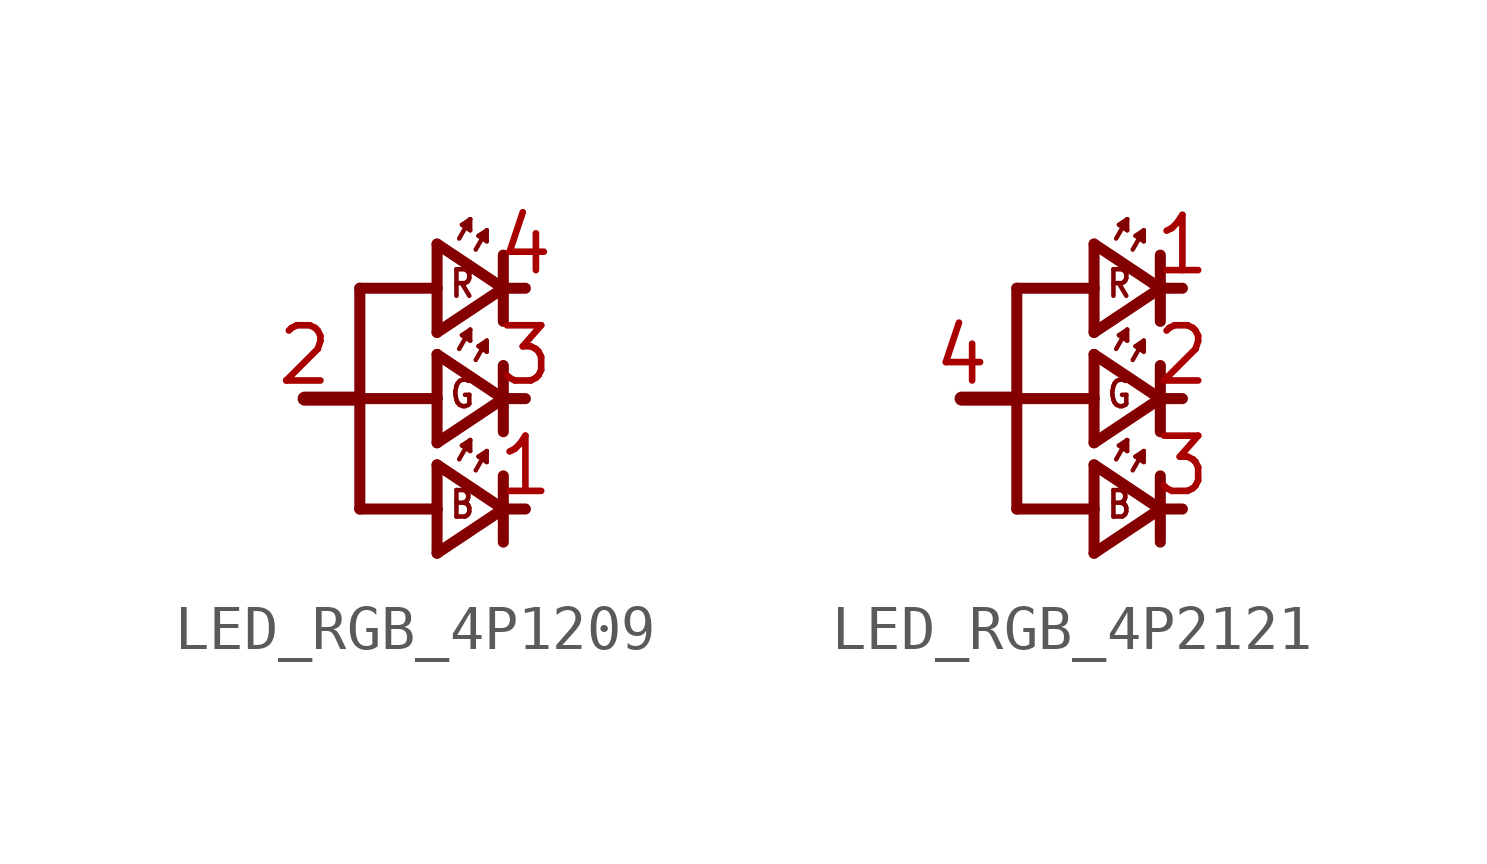
<source format=kicad_sym>
(kicad_symbol_lib
  (version 20220914)
  (generator kicad_symbol_editor)
  (symbol "LED_RGB_4P1209"
    (property "Reference" "RGB"
      (at 0 0 0)
      (effects (font (size 1.27 1.27)) hide))
    (property "ki_locked" ""
      (at 0 0 0)
      (effects (font (size 1.27 1.27))))
    (symbol "LED_RGB_4P1209_1_0"
      (polyline (pts (xy -3.81 -2.54) (xy -3.81 0)) (stroke (width 0.254) (type solid)) (fill (type none)))
      (polyline (pts (xy -3.81 0) (xy -5.08 0)) (stroke (width 0.323) (type solid)) (fill (type none)))
      (polyline (pts (xy -3.81 2.54) (xy -3.81 0)) (stroke (width 0.254) (type solid)) (fill (type none)))
      (polyline (pts (xy -2.032 -3.556) (xy -2.032 -2.54)) (stroke (width 0.254) (type solid)) (fill (type none)))
      (polyline (pts (xy -2.032 -2.54) (xy -3.81 -2.54)) (stroke (width 0.254) (type solid)) (fill (type none)))
      (polyline (pts (xy -2.032 -2.54) (xy -2.032 -1.524)) (stroke (width 0.254) (type solid)) (fill (type none)))
      (polyline (pts (xy -2.032 -1.524) (xy -0.508 -2.54)) (stroke (width 0.254) (type solid)) (fill (type none)))
      (polyline (pts (xy -2.032 -1.016) (xy -2.032 0)) (stroke (width 0.254) (type solid)) (fill (type none)))
      (polyline (pts (xy -2.032 0) (xy -3.81 0)) (stroke (width 0.254) (type solid)) (fill (type none)))
      (polyline (pts (xy -2.032 0) (xy -2.032 1.016)) (stroke (width 0.254) (type solid)) (fill (type none)))
      (polyline (pts (xy -2.032 1.016) (xy -0.508 0)) (stroke (width 0.254) (type solid)) (fill (type none)))
      (polyline (pts (xy -2.032 1.524) (xy -2.032 2.54)) (stroke (width 0.254) (type solid)) (fill (type none)))
      (polyline (pts (xy -2.032 2.54) (xy -3.81 2.54)) (stroke (width 0.254) (type solid)) (fill (type none)))
      (polyline (pts (xy -2.032 2.54) (xy -2.032 3.556)) (stroke (width 0.254) (type solid)) (fill (type none)))
      (polyline (pts (xy -2.032 3.556) (xy -0.508 2.54)) (stroke (width 0.254) (type solid)) (fill (type none)))
      (polyline (pts (xy -1.524 -1.397) (xy -1.27 -0.953)) (stroke (width 0.102) (type solid)) (fill (type none)))
      (polyline (pts (xy -1.524 1.143) (xy -1.27 1.587)) (stroke (width 0.102) (type solid)) (fill (type none)))
      (polyline (pts (xy -1.524 3.683) (xy -1.27 4.128)) (stroke (width 0.102) (type solid)) (fill (type none)))
      (polyline (pts (xy -1.46 -1.079) (xy -1.27 -1.206)) (stroke (width 0.102) (type solid)) (fill (type none)))
      (polyline (pts (xy -1.46 1.46) (xy -1.27 1.333)) (stroke (width 0.102) (type solid)) (fill (type none)))
      (polyline (pts (xy -1.46 4) (xy -1.27 3.873)) (stroke (width 0.102) (type solid)) (fill (type none)))
      (polyline (pts (xy -1.27 -1.206) (xy -1.27 -0.953)) (stroke (width 0.102) (type solid)) (fill (type none)))
      (polyline (pts (xy -1.27 -0.953) (xy -1.46 -1.079)) (stroke (width 0.102) (type solid)) (fill (type none)))
      (polyline (pts (xy -1.27 1.333) (xy -1.27 1.587)) (stroke (width 0.102) (type solid)) (fill (type none)))
      (polyline (pts (xy -1.27 1.587) (xy -1.46 1.46)) (stroke (width 0.102) (type solid)) (fill (type none)))
      (polyline (pts (xy -1.27 3.873) (xy -1.27 4.128)) (stroke (width 0.102) (type solid)) (fill (type none)))
      (polyline (pts (xy -1.27 4.128) (xy -1.46 4)) (stroke (width 0.102) (type solid)) (fill (type none)))
      (polyline (pts (xy -1.143 -1.651) (xy -0.889 -1.206)) (stroke (width 0.102) (type solid)) (fill (type none)))
      (polyline (pts (xy -1.143 0.889) (xy -0.889 1.333)) (stroke (width 0.102) (type solid)) (fill (type none)))
      (polyline (pts (xy -1.143 3.429) (xy -0.889 3.873)) (stroke (width 0.102) (type solid)) (fill (type none)))
      (polyline (pts (xy -1.079 -1.333) (xy -0.889 -1.46)) (stroke (width 0.102) (type solid)) (fill (type none)))
      (polyline (pts (xy -1.079 1.206) (xy -0.889 1.079)) (stroke (width 0.102) (type solid)) (fill (type none)))
      (polyline (pts (xy -1.079 3.747) (xy -0.889 3.619)) (stroke (width 0.102) (type solid)) (fill (type none)))
      (polyline (pts (xy -0.889 -1.46) (xy -0.889 -1.206)) (stroke (width 0.102) (type solid)) (fill (type none)))
      (polyline (pts (xy -0.889 -1.206) (xy -1.079 -1.333)) (stroke (width 0.102) (type solid)) (fill (type none)))
      (polyline (pts (xy -0.889 1.079) (xy -0.889 1.333)) (stroke (width 0.102) (type solid)) (fill (type none)))
      (polyline (pts (xy -0.889 1.333) (xy -1.079 1.206)) (stroke (width 0.102) (type solid)) (fill (type none)))
      (polyline (pts (xy -0.889 3.619) (xy -0.889 3.873)) (stroke (width 0.102) (type solid)) (fill (type none)))
      (polyline (pts (xy -0.889 3.873) (xy -1.079 3.747)) (stroke (width 0.102) (type solid)) (fill (type none)))
      (polyline (pts (xy -0.508 -2.54) (xy -2.032 -3.556)) (stroke (width 0.254) (type solid)) (fill (type none)))
      (polyline (pts (xy -0.508 -2.54) (xy -0.508 -3.302)) (stroke (width 0.254) (type solid)) (fill (type none)))
      (polyline (pts (xy -0.508 -2.54) (xy 0 -2.54)) (stroke (width 0.254) (type solid)) (fill (type none)))
      (polyline (pts (xy -0.508 -1.778) (xy -0.508 -2.54)) (stroke (width 0.254) (type solid)) (fill (type none)))
      (polyline (pts (xy -0.508 0) (xy -2.032 -1.016)) (stroke (width 0.254) (type solid)) (fill (type none)))
      (polyline (pts (xy -0.508 0) (xy -0.508 -0.762)) (stroke (width 0.254) (type solid)) (fill (type none)))
      (polyline (pts (xy -0.508 0) (xy 0 0)) (stroke (width 0.254) (type solid)) (fill (type none)))
      (polyline (pts (xy -0.508 0.762) (xy -0.508 0)) (stroke (width 0.254) (type solid)) (fill (type none)))
      (polyline (pts (xy -0.508 2.54) (xy -2.032 1.524)) (stroke (width 0.254) (type solid)) (fill (type none)))
      (polyline (pts (xy -0.508 2.54) (xy -0.508 1.778)) (stroke (width 0.254) (type solid)) (fill (type none)))
      (polyline (pts (xy -0.508 2.54) (xy 0 2.54)) (stroke (width 0.254) (type solid)) (fill (type none)))
      (polyline (pts (xy -0.508 3.302) (xy -0.508 2.54)) (stroke (width 0.254) (type solid)) (fill (type none)))
      (text "B" (at -1.778 -2.794 0) (effects (font (size 0.61 0.518) (thickness 0.104) bold) (justify left bottom)))
      (text "G" (at -1.778 -0.254 0) (effects (font (size 0.61 0.518) (thickness 0.104) bold) (justify left bottom)))
      (text "R" (at -1.778 2.286 0) (effects (font (size 0.61 0.518) (thickness 0.104) bold) (justify left bottom)))
      (pin bidirectional line (at 0 -2.54 180) (length 0) (name "BC" (effects (font (size 0 0)))) (number "1" (effects (font (size 1.27 1.27)))))
      (pin bidirectional line (at -5.08 0 0) (length 0) (name "A" (effects (font (size 0 0)))) (number "2" (effects (font (size 1.27 1.27)))))
      (pin bidirectional line (at 0 0 180) (length 0) (name "GC" (effects (font (size 0 0)))) (number "3" (effects (font (size 1.27 1.27)))))
      (pin bidirectional line (at 0 2.54 180) (length 0) (name "RC" (effects (font (size 0 0)))) (number "4" (effects (font (size 1.27 1.27)))))))
  (symbol "LED_RGB_4P2121"
    (property "Reference" "RGB"
      (at 0 0 0)
      (effects (font (size 1.27 1.27)) hide))
    (property "ki_locked" ""
      (at 0 0 0)
      (effects (font (size 1.27 1.27))))
    (symbol "LED_RGB_4P2121_1_0"
      (polyline (pts (xy -3.81 -2.54) (xy -3.81 0)) (stroke (width 0.254) (type solid)) (fill (type none)))
      (polyline (pts (xy -3.81 0) (xy -5.08 0)) (stroke (width 0.323) (type solid)) (fill (type none)))
      (polyline (pts (xy -3.81 2.54) (xy -3.81 0)) (stroke (width 0.254) (type solid)) (fill (type none)))
      (polyline (pts (xy -2.032 -3.556) (xy -2.032 -2.54)) (stroke (width 0.254) (type solid)) (fill (type none)))
      (polyline (pts (xy -2.032 -2.54) (xy -3.81 -2.54)) (stroke (width 0.254) (type solid)) (fill (type none)))
      (polyline (pts (xy -2.032 -2.54) (xy -2.032 -1.524)) (stroke (width 0.254) (type solid)) (fill (type none)))
      (polyline (pts (xy -2.032 -1.524) (xy -0.508 -2.54)) (stroke (width 0.254) (type solid)) (fill (type none)))
      (polyline (pts (xy -2.032 -1.016) (xy -2.032 0)) (stroke (width 0.254) (type solid)) (fill (type none)))
      (polyline (pts (xy -2.032 0) (xy -3.81 0)) (stroke (width 0.254) (type solid)) (fill (type none)))
      (polyline (pts (xy -2.032 0) (xy -2.032 1.016)) (stroke (width 0.254) (type solid)) (fill (type none)))
      (polyline (pts (xy -2.032 1.016) (xy -0.508 0)) (stroke (width 0.254) (type solid)) (fill (type none)))
      (polyline (pts (xy -2.032 1.524) (xy -2.032 2.54)) (stroke (width 0.254) (type solid)) (fill (type none)))
      (polyline (pts (xy -2.032 2.54) (xy -3.81 2.54)) (stroke (width 0.254) (type solid)) (fill (type none)))
      (polyline (pts (xy -2.032 2.54) (xy -2.032 3.556)) (stroke (width 0.254) (type solid)) (fill (type none)))
      (polyline (pts (xy -2.032 3.556) (xy -0.508 2.54)) (stroke (width 0.254) (type solid)) (fill (type none)))
      (polyline (pts (xy -1.524 -1.397) (xy -1.27 -0.953)) (stroke (width 0.102) (type solid)) (fill (type none)))
      (polyline (pts (xy -1.524 1.143) (xy -1.27 1.587)) (stroke (width 0.102) (type solid)) (fill (type none)))
      (polyline (pts (xy -1.524 3.683) (xy -1.27 4.128)) (stroke (width 0.102) (type solid)) (fill (type none)))
      (polyline (pts (xy -1.46 -1.079) (xy -1.27 -1.206)) (stroke (width 0.102) (type solid)) (fill (type none)))
      (polyline (pts (xy -1.46 1.46) (xy -1.27 1.333)) (stroke (width 0.102) (type solid)) (fill (type none)))
      (polyline (pts (xy -1.46 4) (xy -1.27 3.873)) (stroke (width 0.102) (type solid)) (fill (type none)))
      (polyline (pts (xy -1.27 -1.206) (xy -1.27 -0.953)) (stroke (width 0.102) (type solid)) (fill (type none)))
      (polyline (pts (xy -1.27 -0.953) (xy -1.46 -1.079)) (stroke (width 0.102) (type solid)) (fill (type none)))
      (polyline (pts (xy -1.27 1.333) (xy -1.27 1.587)) (stroke (width 0.102) (type solid)) (fill (type none)))
      (polyline (pts (xy -1.27 1.587) (xy -1.46 1.46)) (stroke (width 0.102) (type solid)) (fill (type none)))
      (polyline (pts (xy -1.27 3.873) (xy -1.27 4.128)) (stroke (width 0.102) (type solid)) (fill (type none)))
      (polyline (pts (xy -1.27 4.128) (xy -1.46 4)) (stroke (width 0.102) (type solid)) (fill (type none)))
      (polyline (pts (xy -1.143 -1.651) (xy -0.889 -1.206)) (stroke (width 0.102) (type solid)) (fill (type none)))
      (polyline (pts (xy -1.143 0.889) (xy -0.889 1.333)) (stroke (width 0.102) (type solid)) (fill (type none)))
      (polyline (pts (xy -1.143 3.429) (xy -0.889 3.873)) (stroke (width 0.102) (type solid)) (fill (type none)))
      (polyline (pts (xy -1.079 -1.333) (xy -0.889 -1.46)) (stroke (width 0.102) (type solid)) (fill (type none)))
      (polyline (pts (xy -1.079 1.206) (xy -0.889 1.079)) (stroke (width 0.102) (type solid)) (fill (type none)))
      (polyline (pts (xy -1.079 3.747) (xy -0.889 3.619)) (stroke (width 0.102) (type solid)) (fill (type none)))
      (polyline (pts (xy -0.889 -1.46) (xy -0.889 -1.206)) (stroke (width 0.102) (type solid)) (fill (type none)))
      (polyline (pts (xy -0.889 -1.206) (xy -1.079 -1.333)) (stroke (width 0.102) (type solid)) (fill (type none)))
      (polyline (pts (xy -0.889 1.079) (xy -0.889 1.333)) (stroke (width 0.102) (type solid)) (fill (type none)))
      (polyline (pts (xy -0.889 1.333) (xy -1.079 1.206)) (stroke (width 0.102) (type solid)) (fill (type none)))
      (polyline (pts (xy -0.889 3.619) (xy -0.889 3.873)) (stroke (width 0.102) (type solid)) (fill (type none)))
      (polyline (pts (xy -0.889 3.873) (xy -1.079 3.747)) (stroke (width 0.102) (type solid)) (fill (type none)))
      (polyline (pts (xy -0.508 -2.54) (xy -2.032 -3.556)) (stroke (width 0.254) (type solid)) (fill (type none)))
      (polyline (pts (xy -0.508 -2.54) (xy -0.508 -3.302)) (stroke (width 0.254) (type solid)) (fill (type none)))
      (polyline (pts (xy -0.508 -2.54) (xy 0 -2.54)) (stroke (width 0.254) (type solid)) (fill (type none)))
      (polyline (pts (xy -0.508 -1.778) (xy -0.508 -2.54)) (stroke (width 0.254) (type solid)) (fill (type none)))
      (polyline (pts (xy -0.508 0) (xy -2.032 -1.016)) (stroke (width 0.254) (type solid)) (fill (type none)))
      (polyline (pts (xy -0.508 0) (xy -0.508 -0.762)) (stroke (width 0.254) (type solid)) (fill (type none)))
      (polyline (pts (xy -0.508 0) (xy 0 0)) (stroke (width 0.254) (type solid)) (fill (type none)))
      (polyline (pts (xy -0.508 0.762) (xy -0.508 0)) (stroke (width 0.254) (type solid)) (fill (type none)))
      (polyline (pts (xy -0.508 2.54) (xy -2.032 1.524)) (stroke (width 0.254) (type solid)) (fill (type none)))
      (polyline (pts (xy -0.508 2.54) (xy -0.508 1.778)) (stroke (width 0.254) (type solid)) (fill (type none)))
      (polyline (pts (xy -0.508 2.54) (xy 0 2.54)) (stroke (width 0.254) (type solid)) (fill (type none)))
      (polyline (pts (xy -0.508 3.302) (xy -0.508 2.54)) (stroke (width 0.254) (type solid)) (fill (type none)))
      (text "B" (at -1.778 -2.794 0) (effects (font (size 0.61 0.518) (thickness 0.104) bold) (justify left bottom)))
      (text "G" (at -1.778 -0.254 0) (effects (font (size 0.61 0.518) (thickness 0.104) bold) (justify left bottom)))
      (text "R" (at -1.778 2.286 0) (effects (font (size 0.61 0.518) (thickness 0.104) bold) (justify left bottom)))
      (pin bidirectional line (at 0 2.54 180) (length 0) (name "RC" (effects (font (size 0 0)))) (number "1" (effects (font (size 1.27 1.27)))))
      (pin bidirectional line (at 0 0 180) (length 0) (name "GC" (effects (font (size 0 0)))) (number "2" (effects (font (size 1.27 1.27)))))
      (pin bidirectional line (at 0 -2.54 180) (length 0) (name "BC" (effects (font (size 0 0)))) (number "3" (effects (font (size 1.27 1.27)))))
      (pin bidirectional line (at -5.08 0 0) (length 0) (name "A" (effects (font (size 0 0)))) (number "4" (effects (font (size 1.27 1.27))))))))
</source>
